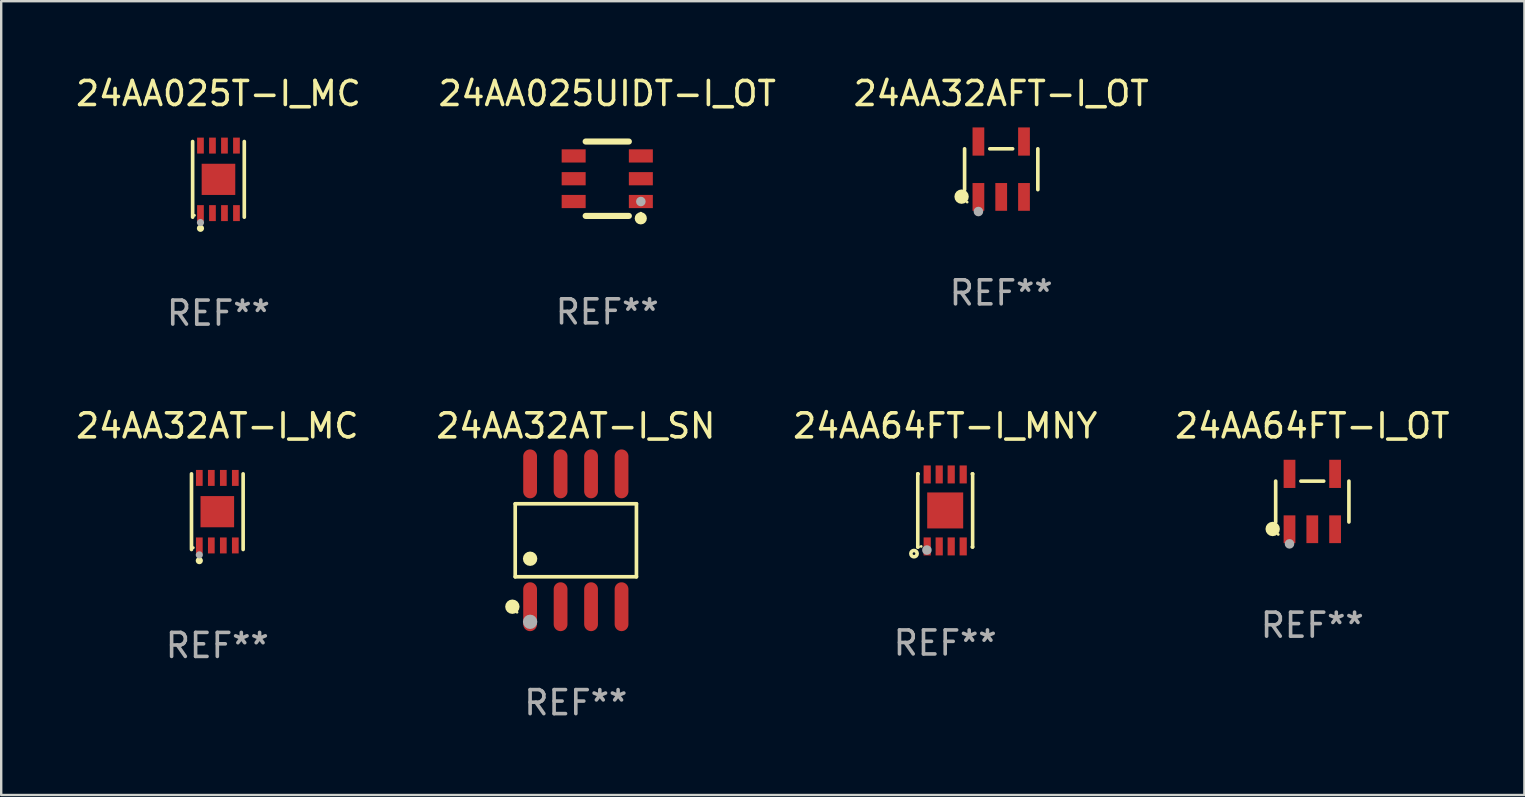
<source format=kicad_pcb>
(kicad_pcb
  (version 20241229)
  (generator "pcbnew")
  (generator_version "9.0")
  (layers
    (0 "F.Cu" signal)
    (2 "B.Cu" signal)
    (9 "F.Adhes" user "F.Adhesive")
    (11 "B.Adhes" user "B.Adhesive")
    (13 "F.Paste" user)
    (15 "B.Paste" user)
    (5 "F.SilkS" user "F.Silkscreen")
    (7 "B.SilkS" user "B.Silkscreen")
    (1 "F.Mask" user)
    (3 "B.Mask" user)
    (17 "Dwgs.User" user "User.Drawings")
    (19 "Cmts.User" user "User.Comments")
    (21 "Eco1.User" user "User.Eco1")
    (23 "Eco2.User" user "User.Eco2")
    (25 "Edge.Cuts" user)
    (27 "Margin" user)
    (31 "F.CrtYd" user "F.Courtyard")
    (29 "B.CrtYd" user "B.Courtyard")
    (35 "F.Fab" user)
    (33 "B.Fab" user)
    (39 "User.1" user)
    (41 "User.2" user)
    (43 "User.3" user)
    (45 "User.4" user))
  (footprint "24AA64FT-I_OT"
    (layer "F.Cu")
    (at 51.637 17.851)
    (property "Reference" "24AA64FT-I_OT" (at 0 -3.154 0) (layer "F.SilkS") (effects (font (size 1 1) (thickness 0.15))))
    (attr through_hole)
    (fp_line (start -1.526 0.851) (end -1.526 -0.851) (stroke (width 0.152) (type solid)) (layer "F.SilkS"))
    (fp_line (start 0.476 -0.851) (end -0.476 -0.851) (stroke (width 0.152) (type solid)) (layer "F.SilkS"))
    (fp_line (start 1.526 0.851) (end 1.526 -0.851) (stroke (width 0.152) (type solid)) (layer "F.SilkS"))
    (fp_circle (center -1.651 1.143) (end -1.501 1.143) (stroke (width 0.3) (type solid)) (fill no) (layer "F.SilkS"))
    (fp_circle (center -1.42 1.37) (end -1.39 1.37) (stroke (width 0.06) (type solid)) (fill no) (layer "F.SilkS"))
    (fp_circle (center -0.95 1.763) (end -0.85 1.763) (stroke (width 0.2) (type solid)) (fill no) (layer "F.Fab"))
    (fp_text user "REF**" (at 0 5.154 0) (layer "F.Fab") (effects (font (size 1 1) (thickness 0.15))))
    (pad "1" smd rect (at -0.95 1.154) (size 0.49 1.157) (layers "F.Cu" "F.Mask" "F.Paste"))
    (pad "2" smd rect (at 0 1.154) (size 0.49 1.157) (layers "F.Cu" "F.Mask" "F.Paste"))
    (pad "3" smd rect (at 0.95 1.154) (size 0.49 1.157) (layers "F.Cu" "F.Mask" "F.Paste"))
    (pad "4" smd rect (at 0.95 -1.154) (size 0.49 1.175) (layers "F.Cu" "F.Mask" "F.Paste"))
    (pad "5" smd rect (at -0.95 -1.154) (size 0.49 1.175) (layers "F.Cu" "F.Mask" "F.Paste")))
  (footprint "24AA32AT-I_SN"
    (layer "F.Cu")
    (at 20.946 19.465)
    (property "Reference" "24AA32AT-I_SN" (at 0 -4.768 0) (layer "F.SilkS") (effects (font (size 1 1) (thickness 0.15))))
    (attr through_hole)
    (fp_line (start -2.526 -1.521) (end 2.526 -1.521) (stroke (width 0.152) (type solid)) (layer "F.SilkS"))
    (fp_line (start -2.526 1.521) (end -2.526 -1.521) (stroke (width 0.152) (type solid)) (layer "F.SilkS"))
    (fp_line (start 2.526 -1.521) (end 2.526 1.521) (stroke (width 0.152) (type solid)) (layer "F.SilkS"))
    (fp_line (start 2.526 1.521) (end -2.526 1.521) (stroke (width 0.152) (type solid)) (layer "F.SilkS"))
    (fp_circle (center -2.644 2.768) (end -2.494 2.768) (stroke (width 0.3) (type solid)) (fill no) (layer "F.SilkS"))
    (fp_circle (center -2.45 2.998) (end -2.42 2.998) (stroke (width 0.06) (type solid)) (fill no) (layer "F.SilkS"))
    (fp_circle (center -1.905 0.769) (end -1.755 0.769) (stroke (width 0.3) (type solid)) (fill no) (layer "F.SilkS"))
    (fp_circle (center -1.905 3.398) (end -1.755 3.398) (stroke (width 0.3) (type solid)) (fill no) (layer "F.Fab"))
    (fp_text user "REF**" (at 0 6.768 0) (layer "F.Fab") (effects (font (size 1 1) (thickness 0.15))))
    (pad "1" smd oval (at -1.905 2.768) (size 0.574 2.036) (layers "F.Cu" "F.Mask" "F.Paste"))
    (pad "2" smd oval (at -0.635 2.768) (size 0.574 2.036) (layers "F.Cu" "F.Mask" "F.Paste"))
    (pad "3" smd oval (at 0.635 2.768) (size 0.574 2.036) (layers "F.Cu" "F.Mask" "F.Paste"))
    (pad "4" smd oval (at 1.905 2.768) (size 0.574 2.036) (layers "F.Cu" "F.Mask" "F.Paste"))
    (pad "5" smd oval (at 1.905 -2.768) (size 0.574 2.036) (layers "F.Cu" "F.Mask" "F.Paste"))
    (pad "6" smd oval (at 0.635 -2.768) (size 0.574 2.036) (layers "F.Cu" "F.Mask" "F.Paste"))
    (pad "7" smd oval (at -0.635 -2.768) (size 0.574 2.036) (layers "F.Cu" "F.Mask" "F.Paste"))
    (pad "8" smd oval (at -1.905 -2.768) (size 0.574 2.036) (layers "F.Cu" "F.Mask" "F.Paste")))
  (footprint "24AA025UIDT-I_OT"
    (layer "F.Cu")
    (at 22.256 4.398)
    (property "Reference" "24AA025UIDT-I_OT" (at 0 -3.55 0) (layer "F.SilkS") (effects (font (size 1 1) (thickness 0.15))))
    (attr through_hole)
    (fp_line (start -0.9 -1.55) (end 0.9 -1.55) (stroke (width 0.254) (type solid)) (layer "F.SilkS"))
    (fp_line (start -0.9 1.55) (end 0.9 1.55) (stroke (width 0.254) (type solid)) (layer "F.SilkS"))
    (fp_circle (center 1.397 1.651) (end 1.524 1.651) (stroke (width 0.254) (type solid)) (fill no) (layer "F.SilkS"))
    (fp_circle (center 1.4 1.435) (end 1.43 1.435) (stroke (width 0.06) (type solid)) (fill no) (layer "F.SilkS"))
    (fp_circle (center 1.4 0.95) (end 1.5 0.95) (stroke (width 0.2) (type solid)) (fill no) (layer "F.Fab"))
    (fp_text user "REF**" (at 0 5.55 0) (layer "F.Fab") (effects (font (size 1 1) (thickness 0.15))))
    (pad "1" smd rect (at 1.4 0.95) (size 1 0.55) (layers "F.Cu" "F.Mask" "F.Paste"))
    (pad "2" smd rect (at 1.4 -0.000102) (size 1 0.55) (layers "F.Cu" "F.Mask" "F.Paste"))
    (pad "3" smd rect (at 1.4 -0.95) (size 1 0.55) (layers "F.Cu" "F.Mask" "F.Paste"))
    (pad "4" smd rect (at -1.4 -0.95) (size 1 0.55) (layers "F.Cu" "F.Mask" "F.Paste"))
    (pad "5" smd rect (at -1.4 -0.000102) (size 1 0.55) (layers "F.Cu" "F.Mask" "F.Paste"))
    (pad "6" smd rect (at -1.4 0.95) (size 1 0.55) (layers "F.Cu" "F.Mask" "F.Paste")))
  (footprint "24AA64FT-I_MNY"
    (layer "F.Cu")
    (at 36.339 18.221)
    (property "Reference" "24AA64FT-I_MNY" (at 0 -3.524 0) (layer "F.SilkS") (effects (font (size 1 1) (thickness 0.15))))
    (attr through_hole)
    (fp_line (start -1.143 -1.524) (end -1.143 1.524) (stroke (width 0.15) (type solid)) (layer "F.SilkS"))
    (fp_line (start -1.143 1.524) (end -1.129 1.524) (stroke (width 0.15) (type solid)) (layer "F.SilkS"))
    (fp_line (start -1.129 -1.524) (end -1.143 -1.524) (stroke (width 0.15) (type solid)) (layer "F.SilkS"))
    (fp_line (start 1.129 1.524) (end 1.143 1.524) (stroke (width 0.15) (type solid)) (layer "F.SilkS"))
    (fp_line (start 1.143 -1.524) (end 1.129 -1.524) (stroke (width 0.15) (type solid)) (layer "F.SilkS"))
    (fp_line (start 1.143 1.524) (end 1.143 -1.524) (stroke (width 0.15) (type solid)) (layer "F.SilkS"))
    (fp_circle (center -1.3 1.8) (end -1.243 1.8) (stroke (width 0.15) (type solid)) (fill no) (layer "F.SilkS"))
    (fp_circle (center -1 1.5) (end -0.97 1.5) (stroke (width 0.06) (type solid)) (fill no) (layer "F.SilkS"))
    (fp_circle (center -0.762 1.651) (end -0.662 1.651) (stroke (width 0.2) (type solid)) (fill no) (layer "F.Fab"))
    (fp_text user "REF**" (at 0 5.524 0) (layer "F.Fab") (effects (font (size 1 1) (thickness 0.15))))
    (pad "1" smd rect (at -0.75 1.5 90) (size 0.75 0.3) (layers "F.Cu" "F.Mask" "F.Paste"))
    (pad "2" smd rect (at -0.25 1.5 90) (size 0.75 0.3) (layers "F.Cu" "F.Mask" "F.Paste"))
    (pad "3" smd rect (at 0.25 1.5 90) (size 0.75 0.3) (layers "F.Cu" "F.Mask" "F.Paste"))
    (pad "4" smd rect (at 0.75 1.5 90) (size 0.75 0.3) (layers "F.Cu" "F.Mask" "F.Paste"))
    (pad "5" smd rect (at 0.75 -1.5 90) (size 0.75 0.3) (layers "F.Cu" "F.Mask" "F.Paste"))
    (pad "6" smd rect (at 0.25 -1.5 90) (size 0.75 0.3) (layers "F.Cu" "F.Mask" "F.Paste"))
    (pad "7" smd rect (at -0.25 -1.5 90) (size 0.75 0.3) (layers "F.Cu" "F.Mask" "F.Paste"))
    (pad "8" smd rect (at -0.75 -1.5 90) (size 0.75 0.3) (layers "F.Cu" "F.Mask" "F.Paste"))
    (pad "9" smd rect (at -0.000203 0.000457 90) (size 1.5 1.5) (layers "F.Cu" "F.Mask" "F.Paste")))
  (footprint "24AA32AFT-I_OT"
    (layer "F.Cu")
    (at 38.673 4.002)
    (property "Reference" "24AA32AFT-I_OT" (at 0 -3.154 0) (layer "F.SilkS") (effects (font (size 1 1) (thickness 0.15))))
    (attr through_hole)
    (fp_line (start -1.526 0.851) (end -1.526 -0.851) (stroke (width 0.152) (type solid)) (layer "F.SilkS"))
    (fp_line (start 0.476 -0.851) (end -0.476 -0.851) (stroke (width 0.152) (type solid)) (layer "F.SilkS"))
    (fp_line (start 1.526 0.851) (end 1.526 -0.851) (stroke (width 0.152) (type solid)) (layer "F.SilkS"))
    (fp_circle (center -1.651 1.143) (end -1.501 1.143) (stroke (width 0.3) (type solid)) (fill no) (layer "F.SilkS"))
    (fp_circle (center -1.42 1.37) (end -1.39 1.37) (stroke (width 0.06) (type solid)) (fill no) (layer "F.SilkS"))
    (fp_circle (center -0.95 1.763) (end -0.85 1.763) (stroke (width 0.2) (type solid)) (fill no) (layer "F.Fab"))
    (fp_text user "REF**" (at 0 5.154 0) (layer "F.Fab") (effects (font (size 1 1) (thickness 0.15))))
    (pad "1" smd rect (at -0.95 1.154) (size 0.49 1.157) (layers "F.Cu" "F.Mask" "F.Paste"))
    (pad "2" smd rect (at 0 1.154) (size 0.49 1.157) (layers "F.Cu" "F.Mask" "F.Paste"))
    (pad "3" smd rect (at 0.95 1.154) (size 0.49 1.157) (layers "F.Cu" "F.Mask" "F.Paste"))
    (pad "4" smd rect (at 0.95 -1.154) (size 0.49 1.175) (layers "F.Cu" "F.Mask" "F.Paste"))
    (pad "5" smd rect (at -0.95 -1.154) (size 0.49 1.175) (layers "F.Cu" "F.Mask" "F.Paste")))
  (footprint "24AA025T-I_MC"
    (layer "F.Cu")
    (at 6.054 4.424)
    (property "Reference" "24AA025T-I_MC" (at 0 -3.576 0) (layer "F.SilkS") (effects (font (size 1 1) (thickness 0.15))))
    (attr through_hole)
    (fp_line (start -1.076 1.576) (end -1.076 -1.576) (stroke (width 0.152) (type solid)) (layer "F.SilkS"))
    (fp_line (start 1.076 1.576) (end 1.076 -1.576) (stroke (width 0.152) (type solid)) (layer "F.SilkS"))
    (fp_circle (center -1 1.5) (end -0.97 1.5) (stroke (width 0.06) (type solid)) (fill no) (layer "F.SilkS"))
    (fp_circle (center -0.75 2.04) (end -0.675 2.04) (stroke (width 0.15) (type solid)) (fill no) (layer "F.SilkS"))
    (fp_circle (center -0.75 1.8) (end -0.675 1.8) (stroke (width 0.15) (type solid)) (fill no) (layer "F.Fab"))
    (fp_text user "REF**" (at 0 5.576 0) (layer "F.Fab") (effects (font (size 1 1) (thickness 0.15))))
    (pad "1" smd rect (at -0.75 1.407) (size 0.28 0.665) (layers "F.Cu" "F.Mask" "F.Paste"))
    (pad "2" smd rect (at -0.25 1.407) (size 0.28 0.665) (layers "F.Cu" "F.Mask" "F.Paste"))
    (pad "3" smd rect (at 0.25 1.407) (size 0.28 0.665) (layers "F.Cu" "F.Mask" "F.Paste"))
    (pad "4" smd rect (at 0.75 1.407) (size 0.28 0.665) (layers "F.Cu" "F.Mask" "F.Paste"))
    (pad "5" smd rect (at 0.75 -1.407) (size 0.28 0.665) (layers "F.Cu" "F.Mask" "F.Paste"))
    (pad "6" smd rect (at 0.25 -1.407) (size 0.28 0.665) (layers "F.Cu" "F.Mask" "F.Paste"))
    (pad "7" smd rect (at -0.25 -1.407) (size 0.28 0.665) (layers "F.Cu" "F.Mask" "F.Paste"))
    (pad "8" smd rect (at -0.75 -1.407) (size 0.28 0.665) (layers "F.Cu" "F.Mask" "F.Paste"))
    (pad "9" smd rect (at 0 0) (size 1.4 1.3) (layers "F.Cu" "F.Mask" "F.Paste")))
  (footprint "24AA32AT-I_MC"
    (layer "F.Cu")
    (at 6.006 18.273)
    (property "Reference" "24AA32AT-I_MC" (at 0 -3.576 0) (layer "F.SilkS") (effects (font (size 1 1) (thickness 0.15))))
    (attr through_hole)
    (fp_line (start -1.076 1.576) (end -1.076 -1.576) (stroke (width 0.152) (type solid)) (layer "F.SilkS"))
    (fp_line (start 1.076 1.576) (end 1.076 -1.576) (stroke (width 0.152) (type solid)) (layer "F.SilkS"))
    (fp_circle (center -1 1.5) (end -0.97 1.5) (stroke (width 0.06) (type solid)) (fill no) (layer "F.SilkS"))
    (fp_circle (center -0.75 2.04) (end -0.675 2.04) (stroke (width 0.15) (type solid)) (fill no) (layer "F.SilkS"))
    (fp_circle (center -0.75 1.8) (end -0.675 1.8) (stroke (width 0.15) (type solid)) (fill no) (layer "F.Fab"))
    (fp_text user "REF**" (at 0 5.576 0) (layer "F.Fab") (effects (font (size 1 1) (thickness 0.15))))
    (pad "1" smd rect (at -0.75 1.407) (size 0.28 0.665) (layers "F.Cu" "F.Mask" "F.Paste"))
    (pad "2" smd rect (at -0.25 1.407) (size 0.28 0.665) (layers "F.Cu" "F.Mask" "F.Paste"))
    (pad "3" smd rect (at 0.25 1.407) (size 0.28 0.665) (layers "F.Cu" "F.Mask" "F.Paste"))
    (pad "4" smd rect (at 0.75 1.407) (size 0.28 0.665) (layers "F.Cu" "F.Mask" "F.Paste"))
    (pad "5" smd rect (at 0.75 -1.407) (size 0.28 0.665) (layers "F.Cu" "F.Mask" "F.Paste"))
    (pad "6" smd rect (at 0.25 -1.407) (size 0.28 0.665) (layers "F.Cu" "F.Mask" "F.Paste"))
    (pad "7" smd rect (at -0.25 -1.407) (size 0.28 0.665) (layers "F.Cu" "F.Mask" "F.Paste"))
    (pad "8" smd rect (at -0.75 -1.407) (size 0.28 0.665) (layers "F.Cu" "F.Mask" "F.Paste"))
    (pad "9" smd rect (at 0 0) (size 1.4 1.3) (layers "F.Cu" "F.Mask" "F.Paste")))
  (gr_rect
    (start -3 -3)
    (end 60.476 30.081)
    (stroke (width 0.1) (type default))
    (fill no)
    (layer "Edge.Cuts")))
</source>
